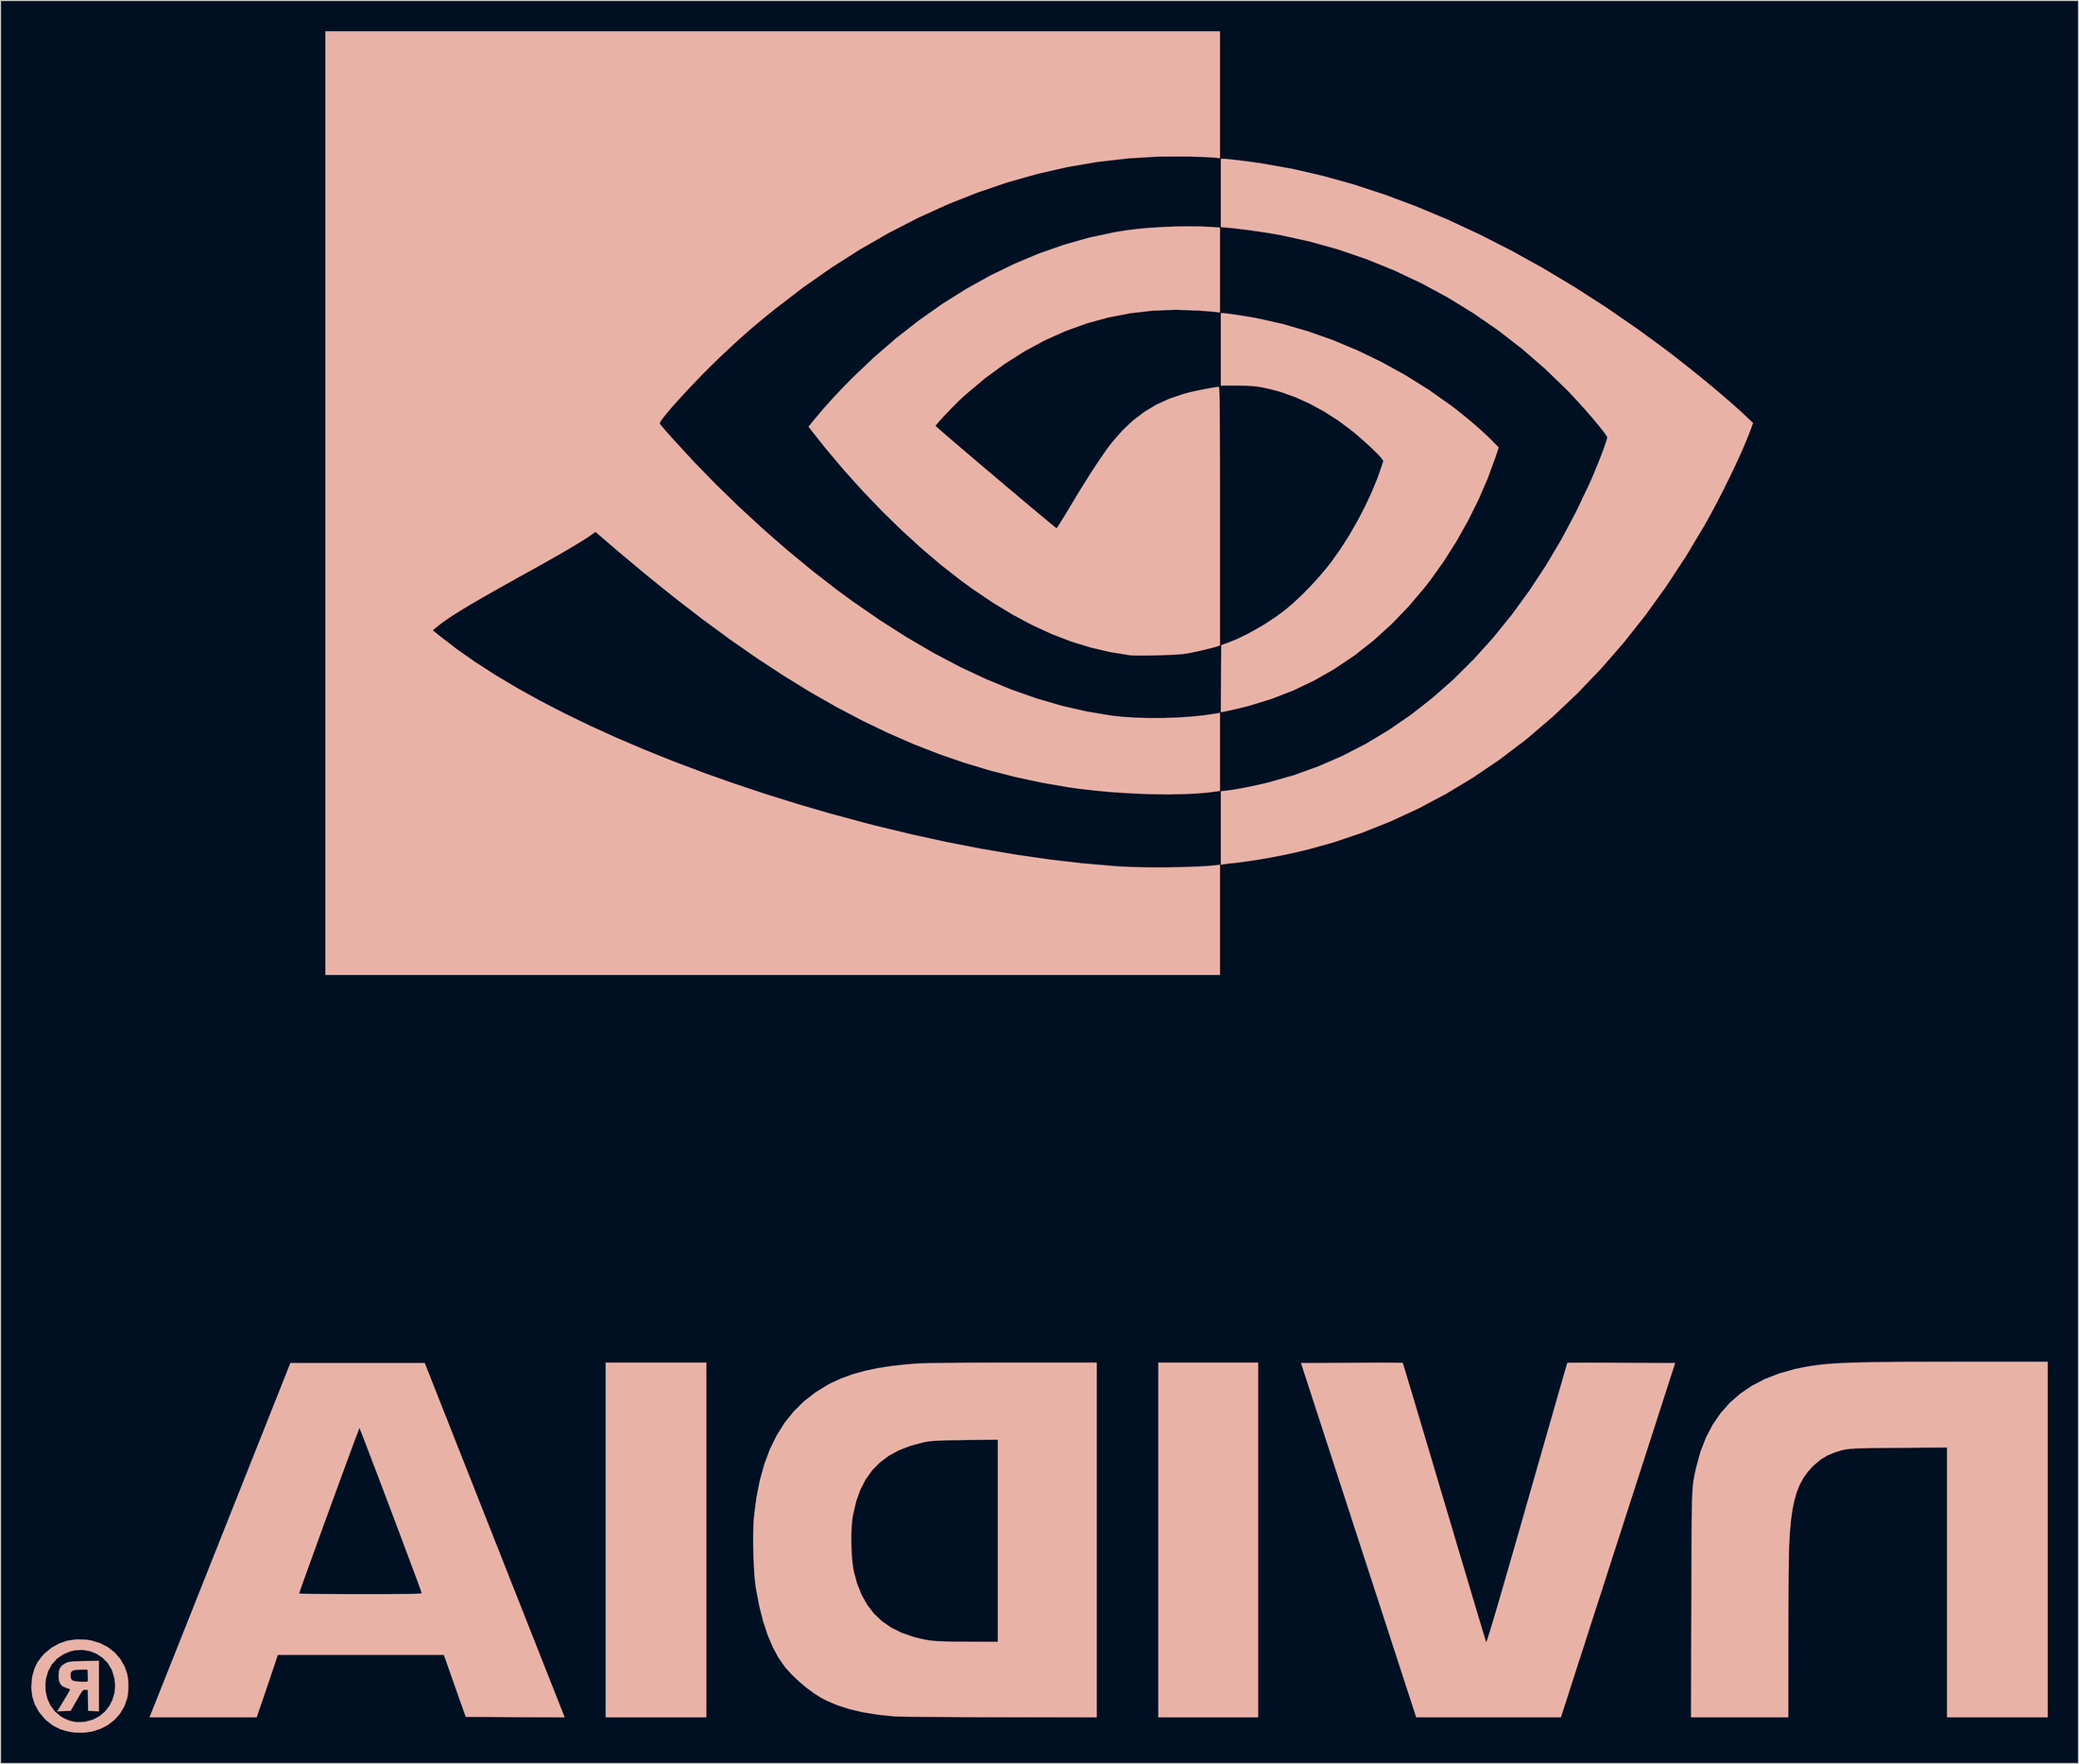
<source format=kicad_pcb>
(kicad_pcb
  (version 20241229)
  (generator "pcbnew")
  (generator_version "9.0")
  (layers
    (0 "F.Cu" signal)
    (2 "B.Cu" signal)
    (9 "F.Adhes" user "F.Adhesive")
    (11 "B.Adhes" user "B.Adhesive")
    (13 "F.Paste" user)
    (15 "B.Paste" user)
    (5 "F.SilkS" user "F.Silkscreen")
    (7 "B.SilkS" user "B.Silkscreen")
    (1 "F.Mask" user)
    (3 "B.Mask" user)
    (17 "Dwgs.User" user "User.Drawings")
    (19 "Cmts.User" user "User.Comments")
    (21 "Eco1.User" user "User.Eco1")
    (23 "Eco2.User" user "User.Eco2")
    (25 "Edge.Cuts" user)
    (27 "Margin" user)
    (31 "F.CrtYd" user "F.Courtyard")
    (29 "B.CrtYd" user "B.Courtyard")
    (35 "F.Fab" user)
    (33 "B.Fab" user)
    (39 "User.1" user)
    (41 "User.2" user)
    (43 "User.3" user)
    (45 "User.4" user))
  (footprint "nvidia_20x20_B"
    (layer "F.Cu")
    (at 98.382 85.942)
    (property "Reference" "nvidia_20x20_B" (at 0 0 0) (layer "B.SilkS") (effects (font (size 1.524 1.524) (thickness 0.3))))
    (attr through_hole)
    (fp_poly (pts (xy -32.512 78.655) (xy -42.333 78.655) (xy -42.333 44.027) (xy -32.512 44.027) (xy -32.512 78.655)) (stroke (width 0.01) (type solid)) (fill yes) (layer "B.SilkS"))
    (fp_poly (pts (xy 21.336 78.655) (xy 11.599 78.655) (xy 11.599 44.027) (xy 21.336 44.027) (xy 21.336 78.655)) (stroke (width 0.01) (type solid)) (fill yes) (layer "B.SilkS"))
    (fp_poly (pts (xy -91.779 78.071) (xy -92.308 78.046) (xy -92.837 78.02) (xy -92.863 75.988) (xy -93.105 75.963) (xy -93.206 75.962) (xy -93.296 75.996) (xy -93.393 76.087) (xy -93.516 76.258) (xy -93.683 76.53) (xy -93.912 76.926) (xy -93.942 76.979) (xy -94.536 78.02) (xy -95.844 78.07) (xy -95.197 77.006) (xy -94.971 76.63) (xy -94.785 76.31) (xy -94.651 76.071) (xy -94.586 75.939) (xy -94.582 75.92) (xy -94.675 75.883) (xy -94.873 75.814) (xy -94.988 75.775) (xy -95.332 75.614) (xy -95.556 75.385) (xy -95.677 75.06) (xy -95.714 74.618) (xy -94.556 74.618) (xy -94.512 74.872) (xy -94.407 75.02) (xy -94.319 75.075) (xy -94.159 75.118) (xy -93.899 75.153) (xy -93.591 75.177) (xy -93.285 75.188) (xy -93.033 75.182) (xy -92.886 75.158) (xy -92.872 75.149) (xy -92.858 75.053) (xy -92.856 74.836) (xy -92.865 74.556) (xy -92.894 73.999) (xy -93.545 73.999) (xy -93.992 74.017) (xy -94.294 74.08) (xy -94.474 74.202) (xy -94.552 74.397) (xy -94.556 74.618) (xy -95.714 74.618) (xy -95.715 74.608) (xy -95.715 74.591) (xy -95.683 74.148) (xy -95.569 73.823) (xy -95.352 73.573) (xy -95.034 73.369) (xy -94.891 73.304) (xy -94.73 73.256) (xy -94.521 73.221) (xy -94.234 73.197) (xy -93.841 73.181) (xy -93.311 73.168) (xy -93.239 73.166) (xy -91.779 73.138) (xy -91.779 78.071)) (stroke (width 0.01) (type solid)) (fill yes) (layer "B.SilkS"))
    (fp_poly (pts (xy -93.001 71.079) (xy -92.498 71.163) (xy -91.654 71.42) (xy -90.896 71.813) (xy -90.239 72.328) (xy -89.696 72.955) (xy -89.279 73.68) (xy -89.026 74.397) (xy -88.942 74.882) (xy -88.906 75.458) (xy -88.919 76.054) (xy -88.98 76.597) (xy -89.03 76.831) (xy -89.317 77.619) (xy -89.738 78.317) (xy -90.277 78.917) (xy -90.917 79.409) (xy -91.644 79.786) (xy -92.442 80.038) (xy -93.295 80.157) (xy -94.188 80.134) (xy -94.784 80.039) (xy -95.561 79.812) (xy -96.238 79.472) (xy -96.86 78.997) (xy -97.077 78.79) (xy -97.634 78.119) (xy -98.037 77.379) (xy -98.286 76.579) (xy -98.377 75.727) (xy -98.348 75.353) (xy -97.004 75.353) (xy -96.982 76.124) (xy -96.813 76.849) (xy -96.508 77.508) (xy -96.078 78.081) (xy -95.534 78.548) (xy -95.138 78.779) (xy -94.565 79.012) (xy -94.018 79.124) (xy -93.435 79.122) (xy -93.061 79.075) (xy -92.358 78.881) (xy -91.738 78.554) (xy -91.208 78.112) (xy -90.779 77.576) (xy -90.461 76.963) (xy -90.261 76.294) (xy -90.191 75.587) (xy -90.259 74.862) (xy -90.475 74.139) (xy -90.56 73.944) (xy -90.937 73.336) (xy -91.43 72.834) (xy -92.013 72.45) (xy -92.665 72.193) (xy -93.36 72.074) (xy -94.077 72.103) (xy -94.585 72.219) (xy -95.295 72.521) (xy -95.894 72.947) (xy -96.374 73.487) (xy -96.725 74.129) (xy -96.942 74.865) (xy -97.004 75.353) (xy -98.348 75.353) (xy -98.308 74.832) (xy -98.26 74.578) (xy -98.064 73.888) (xy -97.776 73.291) (xy -97.367 72.735) (xy -97.077 72.425) (xy -96.396 71.858) (xy -95.635 71.436) (xy -94.807 71.163) (xy -93.925 71.043) (xy -93.001 71.079)) (stroke (width 0.01) (type solid)) (fill yes) (layer "B.SilkS"))
    (fp_poly (pts (xy 17.928 -58.419) (xy 18.13 -58.405) (xy 18.466 -58.365) (xy 18.903 -58.305) (xy 19.411 -58.23) (xy 19.955 -58.144) (xy 20.505 -58.053) (xy 21.026 -57.961) (xy 21.294 -57.911) (xy 23.733 -57.363) (xy 26.18 -56.655) (xy 28.617 -55.793) (xy 31.03 -54.785) (xy 33.402 -53.638) (xy 35.718 -52.359) (xy 37.961 -50.955) (xy 40.117 -49.434) (xy 40.398 -49.222) (xy 41.161 -48.625) (xy 41.936 -47.989) (xy 42.687 -47.346) (xy 43.378 -46.726) (xy 43.972 -46.16) (xy 44.1 -46.032) (xy 44.809 -45.315) (xy 44.491 -44.353) (xy 43.742 -42.304) (xy 42.848 -40.236) (xy 41.827 -38.179) (xy 40.695 -36.166) (xy 39.469 -34.227) (xy 38.167 -32.393) (xy 37.57 -31.623) (xy 35.972 -29.742) (xy 34.296 -28.008) (xy 32.542 -26.424) (xy 30.711 -24.99) (xy 28.806 -23.706) (xy 26.827 -22.574) (xy 24.775 -21.593) (xy 22.651 -20.766) (xy 20.458 -20.092) (xy 19.556 -19.865) (xy 19.095 -19.757) (xy 18.666 -19.659) (xy 18.31 -19.581) (xy 18.064 -19.53) (xy 18.012 -19.52) (xy 17.693 -19.465) (xy 17.738 -26.01) (xy 18.415 -26.255) (xy 19.258 -26.598) (xy 20.178 -27.039) (xy 21.136 -27.557) (xy 22.091 -28.128) (xy 23.004 -28.728) (xy 23.835 -29.336) (xy 24.003 -29.468) (xy 24.797 -30.145) (xy 25.636 -30.934) (xy 26.484 -31.797) (xy 27.304 -32.697) (xy 28.061 -33.597) (xy 28.502 -34.163) (xy 29.37 -35.387) (xy 30.214 -36.711) (xy 31.015 -38.099) (xy 31.754 -39.516) (xy 32.415 -40.928) (xy 32.977 -42.299) (xy 33.364 -43.407) (xy 33.557 -44.014) (xy 33.332 -44.31) (xy 33.148 -44.522) (xy 32.858 -44.819) (xy 32.489 -45.177) (xy 32.066 -45.573) (xy 31.614 -45.982) (xy 31.159 -46.382) (xy 30.727 -46.749) (xy 30.48 -46.95) (xy 29.154 -47.936) (xy 27.779 -48.818) (xy 26.378 -49.582) (xy 24.976 -50.217) (xy 23.595 -50.71) (xy 23.012 -50.876) (xy 22.336 -51.046) (xy 21.758 -51.17) (xy 21.227 -51.257) (xy 20.692 -51.311) (xy 20.101 -51.34) (xy 19.403 -51.35) (xy 19.24 -51.35) (xy 17.695 -51.35) (xy 17.695 -54.885) (xy 17.695 -58.42) (xy 17.928 -58.419)) (stroke (width 0.01) (type solid)) (fill yes) (layer "B.SilkS"))
    (fp_poly (pts (xy 98.383 78.655) (xy 88.561 78.655) (xy 88.561 52.314) (xy 83.841 52.348) (xy 82.79 52.356) (xy 81.893 52.364) (xy 81.134 52.373) (xy 80.496 52.384) (xy 79.963 52.4) (xy 79.521 52.42) (xy 79.153 52.446) (xy 78.843 52.479) (xy 78.575 52.521) (xy 78.334 52.573) (xy 78.103 52.635) (xy 77.867 52.709) (xy 77.609 52.797) (xy 77.526 52.826) (xy 76.873 53.099) (xy 76.28 53.456) (xy 75.701 53.926) (xy 75.393 54.222) (xy 74.926 54.745) (xy 74.524 55.319) (xy 74.181 55.958) (xy 73.894 56.676) (xy 73.659 57.488) (xy 73.471 58.409) (xy 73.327 59.453) (xy 73.221 60.634) (xy 73.15 61.968) (xy 73.15 61.976) (xy 73.138 62.371) (xy 73.126 62.918) (xy 73.116 63.6) (xy 73.106 64.401) (xy 73.097 65.304) (xy 73.089 66.29) (xy 73.082 67.345) (xy 73.077 68.449) (xy 73.073 69.588) (xy 73.071 70.742) (xy 73.07 71.311) (xy 73.067 78.655) (xy 63.578 78.655) (xy 63.61 67.627) (xy 63.614 66.014) (xy 63.619 64.56) (xy 63.623 63.255) (xy 63.627 62.091) (xy 63.632 61.057) (xy 63.638 60.143) (xy 63.646 59.339) (xy 63.655 58.637) (xy 63.667 58.025) (xy 63.68 57.494) (xy 63.697 57.035) (xy 63.717 56.638) (xy 63.74 56.292) (xy 63.767 55.988) (xy 63.799 55.716) (xy 63.835 55.467) (xy 63.876 55.23) (xy 63.922 54.996) (xy 63.974 54.755) (xy 64.032 54.498) (xy 64.097 54.213) (xy 64.103 54.187) (xy 64.51 52.707) (xy 65.038 51.345) (xy 65.688 50.101) (xy 66.46 48.974) (xy 67.353 47.965) (xy 68.369 47.074) (xy 69.507 46.299) (xy 70.767 45.641) (xy 72.15 45.1) (xy 73.656 44.675) (xy 74.053 44.587) (xy 74.488 44.498) (xy 74.919 44.418) (xy 75.354 44.345) (xy 75.805 44.281) (xy 76.28 44.223) (xy 76.791 44.173) (xy 77.348 44.128) (xy 77.961 44.09) (xy 78.639 44.057) (xy 79.394 44.03) (xy 80.234 44.007) (xy 81.171 43.988) (xy 82.215 43.974) (xy 83.375 43.963) (xy 84.662 43.954) (xy 86.086 43.949) (xy 87.657 43.946) (xy 89.386 43.944) (xy 89.725 43.944) (xy 98.383 43.942) (xy 98.383 78.655)) (stroke (width 0.01) (type solid)) (fill yes) (layer "B.SilkS"))
    (fp_poly (pts (xy 54.063 44.039) (xy 54.862 44.041) (xy 55.728 44.043) (xy 56.648 44.047) (xy 56.781 44.047) (xy 62.027 44.069) (xy 56.883 60.029) (xy 56.363 61.641) (xy 55.853 63.223) (xy 55.356 64.765) (xy 54.875 66.258) (xy 54.412 67.694) (xy 53.97 69.065) (xy 53.552 70.362) (xy 53.161 71.576) (xy 52.799 72.699) (xy 52.469 73.723) (xy 52.174 74.638) (xy 51.916 75.436) (xy 51.7 76.109) (xy 51.526 76.649) (xy 51.398 77.046) (xy 51.318 77.292) (xy 51.309 77.322) (xy 50.879 78.655) (xy 36.763 78.655) (xy 36.056 76.477) (xy 35.956 76.168) (xy 35.806 75.708) (xy 35.61 75.106) (xy 35.372 74.371) (xy 35.093 73.513) (xy 34.777 72.541) (xy 34.427 71.465) (xy 34.046 70.294) (xy 33.638 69.038) (xy 33.205 67.705) (xy 32.75 66.306) (xy 32.277 64.85) (xy 31.788 63.347) (xy 31.287 61.805) (xy 30.776 60.235) (xy 30.435 59.184) (xy 25.521 44.069) (xy 30.469 44.047) (xy 31.368 44.044) (xy 32.216 44.041) (xy 32.996 44.04) (xy 33.696 44.04) (xy 34.299 44.041) (xy 34.79 44.044) (xy 35.156 44.047) (xy 35.38 44.051) (xy 35.448 44.056) (xy 35.475 44.139) (xy 35.548 44.376) (xy 35.663 44.758) (xy 35.82 45.278) (xy 36.014 45.926) (xy 36.244 46.694) (xy 36.507 47.574) (xy 36.801 48.557) (xy 37.122 49.635) (xy 37.469 50.8) (xy 37.839 52.042) (xy 38.229 53.354) (xy 38.637 54.727) (xy 39.061 56.153) (xy 39.497 57.622) (xy 39.498 57.624) (xy 39.935 59.096) (xy 40.36 60.526) (xy 40.77 61.904) (xy 41.162 63.222) (xy 41.534 64.472) (xy 41.883 65.644) (xy 42.208 66.732) (xy 42.504 67.725) (xy 42.77 68.615) (xy 43.003 69.395) (xy 43.201 70.055) (xy 43.361 70.586) (xy 43.48 70.98) (xy 43.557 71.23) (xy 43.587 71.325) (xy 43.613 71.291) (xy 43.671 71.141) (xy 43.761 70.87) (xy 43.886 70.476) (xy 44.046 69.955) (xy 44.242 69.304) (xy 44.475 68.519) (xy 44.746 67.597) (xy 45.055 66.534) (xy 45.405 65.327) (xy 45.796 63.973) (xy 46.229 62.469) (xy 46.705 60.81) (xy 47.225 58.993) (xy 47.571 57.781) (xy 47.994 56.3) (xy 48.405 54.863) (xy 48.801 53.479) (xy 49.179 52.156) (xy 49.538 50.903) (xy 49.875 49.727) (xy 50.187 48.639) (xy 50.472 47.645) (xy 50.728 46.754) (xy 50.952 45.975) (xy 51.142 45.316) (xy 51.295 44.786) (xy 51.409 44.393) (xy 51.481 44.145) (xy 51.51 44.05) (xy 51.511 44.05) (xy 51.597 44.046) (xy 51.839 44.043) (xy 52.221 44.041) (xy 52.728 44.039) (xy 53.347 44.039) (xy 54.063 44.039)) (stroke (width 0.01) (type solid)) (fill yes) (layer "B.SilkS"))
    (fp_poly (pts (xy -54.757 57.319) (xy -54.162 58.827) (xy -53.566 60.337) (xy -52.974 61.837) (xy -52.39 63.316) (xy -51.82 64.761) (xy -51.267 66.162) (xy -50.736 67.506) (xy -50.232 68.782) (xy -49.76 69.977) (xy -49.325 71.08) (xy -48.93 72.08) (xy -48.581 72.964) (xy -48.283 73.72) (xy -48.039 74.337) (xy -47.93 74.613) (xy -46.333 78.657) (xy -51.159 78.635) (xy -55.985 78.613) (xy -57.053 75.586) (xy -58.12 72.559) (xy -74.323 72.559) (xy -74.596 73.385) (xy -74.699 73.692) (xy -74.846 74.127) (xy -75.026 74.66) (xy -75.228 75.257) (xy -75.443 75.887) (xy -75.629 76.433) (xy -76.389 78.655) (xy -86.843 78.655) (xy -86.426 77.618) (xy -86.354 77.438) (xy -86.222 77.108) (xy -86.035 76.636) (xy -85.794 76.031) (xy -85.503 75.301) (xy -85.166 74.453) (xy -84.785 73.495) (xy -84.364 72.436) (xy -83.906 71.283) (xy -83.414 70.045) (xy -82.89 68.729) (xy -82.34 67.343) (xy -82.032 66.569) (xy -72.244 66.569) (xy -72.156 66.58) (xy -71.912 66.59) (xy -71.526 66.599) (xy -71.012 66.607) (xy -70.383 66.615) (xy -69.652 66.621) (xy -68.834 66.626) (xy -67.941 66.63) (xy -66.988 66.632) (xy -66.247 66.633) (xy -65.053 66.632) (xy -64.019 66.63) (xy -63.135 66.627) (xy -62.391 66.622) (xy -61.777 66.616) (xy -61.284 66.607) (xy -60.901 66.596) (xy -60.619 66.583) (xy -60.429 66.568) (xy -60.32 66.55) (xy -60.282 66.529) (xy -60.282 66.527) (xy -60.311 66.432) (xy -60.394 66.193) (xy -60.528 65.823) (xy -60.707 65.335) (xy -60.926 64.741) (xy -61.181 64.055) (xy -61.467 63.289) (xy -61.778 62.455) (xy -62.111 61.567) (xy -62.46 60.638) (xy -62.82 59.681) (xy -63.187 58.707) (xy -63.555 57.73) (xy -63.921 56.763) (xy -64.278 55.818) (xy -64.623 54.909) (xy -64.95 54.048) (xy -65.255 53.248) (xy -65.533 52.521) (xy -65.778 51.881) (xy -65.987 51.34) (xy -66.154 50.912) (xy -66.275 50.608) (xy -66.344 50.442) (xy -66.359 50.414) (xy -66.397 50.501) (xy -66.487 50.734) (xy -66.626 51.1) (xy -66.807 51.585) (xy -67.027 52.178) (xy -67.281 52.864) (xy -67.563 53.632) (xy -67.87 54.468) (xy -68.197 55.359) (xy -68.538 56.292) (xy -68.89 57.254) (xy -69.247 58.233) (xy -69.604 59.215) (xy -69.958 60.188) (xy -70.303 61.138) (xy -70.634 62.053) (xy -70.948 62.919) (xy -71.238 63.724) (xy -71.501 64.455) (xy -71.732 65.099) (xy -71.926 65.642) (xy -72.078 66.072) (xy -72.183 66.377) (xy -72.238 66.542) (xy -72.244 66.569) (xy -82.032 66.569) (xy -81.764 65.895) (xy -81.168 64.394) (xy -80.553 62.846) (xy -79.923 61.261) (xy -79.551 60.325) (xy -73.094 44.069) (xy -59.988 44.069) (xy -54.757 57.319)) (stroke (width 0.01) (type solid)) (fill yes) (layer "B.SilkS"))
    (fp_poly (pts (xy 5.588 78.655) (xy -3.831 78.643) (xy -5.1 78.641) (xy -6.334 78.638) (xy -7.522 78.633) (xy -8.652 78.628) (xy -9.71 78.622) (xy -10.686 78.615) (xy -11.567 78.608) (xy -12.341 78.6) (xy -12.996 78.592) (xy -13.519 78.583) (xy -13.899 78.574) (xy -14.123 78.565) (xy -14.139 78.564) (xy -15.74 78.402) (xy -17.195 78.169) (xy -18.514 77.863) (xy -19.708 77.48) (xy -20.786 77.02) (xy -21.293 76.754) (xy -22.007 76.306) (xy -22.757 75.749) (xy -23.499 75.121) (xy -24.188 74.46) (xy -24.779 73.806) (xy -24.854 73.713) (xy -25.473 72.825) (xy -26.034 71.783) (xy -26.533 70.592) (xy -26.97 69.258) (xy -27.342 67.788) (xy -27.647 66.186) (xy -27.69 65.913) (xy -27.763 65.319) (xy -27.825 64.593) (xy -27.874 63.773) (xy -27.91 62.897) (xy -27.93 62.002) (xy -27.933 61.4) (xy -18.362 61.4) (xy -18.344 62.204) (xy -18.302 62.981) (xy -18.234 63.688) (xy -18.144 64.278) (xy -18.13 64.347) (xy -17.801 65.584) (xy -17.363 66.693) (xy -16.813 67.676) (xy -16.148 68.536) (xy -15.365 69.277) (xy -14.462 69.9) (xy -13.436 70.409) (xy -12.284 70.806) (xy -11.927 70.901) (xy -11.541 70.994) (xy -11.185 71.069) (xy -10.836 71.13) (xy -10.471 71.177) (xy -10.068 71.213) (xy -9.604 71.239) (xy -9.054 71.257) (xy -8.398 71.269) (xy -7.611 71.276) (xy -6.964 71.279) (xy -4.064 71.289) (xy -4.064 51.545) (xy -7.26 51.586) (xy -8.107 51.598) (xy -8.806 51.61) (xy -9.376 51.624) (xy -9.839 51.64) (xy -10.216 51.66) (xy -10.527 51.685) (xy -10.792 51.715) (xy -11.033 51.753) (xy -11.271 51.799) (xy -11.298 51.805) (xy -12.562 52.137) (xy -13.694 52.574) (xy -14.697 53.118) (xy -15.575 53.774) (xy -16.33 54.545) (xy -16.965 55.432) (xy -17.483 56.441) (xy -17.886 57.572) (xy -18.178 58.831) (xy -18.253 59.287) (xy -18.317 59.896) (xy -18.353 60.616) (xy -18.362 61.4) (xy -27.933 61.4) (xy -27.935 61.125) (xy -27.923 60.304) (xy -27.894 59.577) (xy -27.86 59.117) (xy -27.628 57.259) (xy -27.29 55.532) (xy -26.846 53.935) (xy -26.294 52.465) (xy -25.633 51.12) (xy -24.862 49.898) (xy -23.979 48.796) (xy -22.984 47.813) (xy -21.875 46.947) (xy -20.651 46.194) (xy -20.345 46.033) (xy -19.341 45.571) (xy -18.26 45.176) (xy -17.086 44.843) (xy -15.804 44.571) (xy -14.4 44.354) (xy -12.858 44.19) (xy -11.811 44.113) (xy -11.525 44.1) (xy -11.084 44.088) (xy -10.501 44.077) (xy -9.793 44.066) (xy -8.971 44.057) (xy -8.052 44.048) (xy -7.048 44.041) (xy -5.974 44.035) (xy -4.845 44.031) (xy -3.675 44.028) (xy -2.477 44.027) (xy -2.434 44.027) (xy 5.588 44.027) (xy 5.588 78.655)) (stroke (width 0.01) (type solid)) (fill yes) (layer "B.SilkS"))
    (fp_poly (pts (xy 17.928 -73.491) (xy 18.159 -73.479) (xy 18.529 -73.445) (xy 19.007 -73.393) (xy 19.565 -73.327) (xy 20.174 -73.25) (xy 20.803 -73.166) (xy 21.425 -73.078) (xy 21.844 -73.015) (xy 24.754 -72.492) (xy 27.709 -71.81) (xy 30.702 -70.971) (xy 33.728 -69.979) (xy 36.781 -68.835) (xy 39.855 -67.544) (xy 42.945 -66.107) (xy 46.044 -64.526) (xy 49.147 -62.806) (xy 52.247 -60.948) (xy 55.34 -58.955) (xy 58.419 -56.83) (xy 60.894 -55.018) (xy 61.841 -54.296) (xy 62.825 -53.529) (xy 63.822 -52.735) (xy 64.811 -51.931) (xy 65.772 -51.137) (xy 66.681 -50.368) (xy 67.518 -49.644) (xy 68.262 -48.982) (xy 68.889 -48.401) (xy 68.906 -48.384) (xy 69.629 -47.695) (xy 69.432 -47.152) (xy 69.122 -46.344) (xy 68.736 -45.417) (xy 68.285 -44.397) (xy 67.783 -43.311) (xy 67.241 -42.184) (xy 66.673 -41.041) (xy 66.09 -39.909) (xy 65.505 -38.813) (xy 64.93 -37.778) (xy 64.872 -37.677) (xy 63.043 -34.622) (xy 61.116 -31.694) (xy 59.097 -28.897) (xy 56.987 -26.233) (xy 54.789 -23.707) (xy 52.506 -21.321) (xy 50.14 -19.079) (xy 47.696 -16.985) (xy 47.286 -16.654) (xy 44.831 -14.795) (xy 42.297 -13.079) (xy 39.693 -11.508) (xy 37.023 -10.088) (xy 34.296 -8.821) (xy 31.519 -7.711) (xy 28.697 -6.76) (xy 26.166 -6.055) (xy 24.952 -5.767) (xy 23.666 -5.493) (xy 22.357 -5.243) (xy 21.071 -5.025) (xy 19.858 -4.849) (xy 18.965 -4.742) (xy 18.575 -4.699) (xy 18.232 -4.658) (xy 17.981 -4.625) (xy 17.886 -4.609) (xy 17.695 -4.569) (xy 17.695 -11.747) (xy 18.224 -11.806) (xy 18.76 -11.878) (xy 19.417 -11.988) (xy 20.154 -12.126) (xy 20.93 -12.285) (xy 21.704 -12.456) (xy 22.364 -12.614) (xy 24.814 -13.314) (xy 27.212 -14.175) (xy 29.554 -15.195) (xy 31.84 -16.373) (xy 34.067 -17.708) (xy 36.234 -19.2) (xy 38.339 -20.848) (xy 40.381 -22.649) (xy 40.471 -22.734) (xy 42.411 -24.665) (xy 44.282 -26.744) (xy 46.076 -28.96) (xy 47.787 -31.304) (xy 49.408 -33.765) (xy 50.931 -36.333) (xy 52.35 -38.998) (xy 53.658 -41.75) (xy 53.786 -42.037) (xy 54.048 -42.643) (xy 54.309 -43.265) (xy 54.558 -43.882) (xy 54.79 -44.474) (xy 54.996 -45.02) (xy 55.168 -45.499) (xy 55.299 -45.89) (xy 55.38 -46.172) (xy 55.405 -46.325) (xy 55.401 -46.341) (xy 55.218 -46.618) (xy 54.935 -46.996) (xy 54.567 -47.457) (xy 54.132 -47.981) (xy 53.646 -48.548) (xy 53.127 -49.14) (xy 52.59 -49.735) (xy 52.052 -50.316) (xy 51.532 -50.862) (xy 51.438 -50.958) (xy 49.308 -53.018) (xy 47.075 -54.953) (xy 44.744 -56.758) (xy 42.325 -58.429) (xy 39.824 -59.963) (xy 37.25 -61.354) (xy 34.61 -62.599) (xy 31.912 -63.694) (xy 29.164 -64.635) (xy 26.374 -65.416) (xy 23.548 -66.035) (xy 23.505 -66.043) (xy 22.834 -66.162) (xy 22.072 -66.285) (xy 21.261 -66.408) (xy 20.444 -66.523) (xy 19.665 -66.624) (xy 18.966 -66.706) (xy 18.394 -66.762) (xy 17.695 -66.82) (xy 17.695 -73.491) (xy 17.928 -73.491)) (stroke (width 0.01) (type solid)) (fill yes) (layer "B.SilkS"))
    (fp_poly (pts (xy 15.688 -66.886) (xy 16.761 -66.837) (xy 16.836 -66.832) (xy 17.611 -66.777) (xy 17.611 -58.485) (xy 17.166 -58.538) (xy 16.914 -58.564) (xy 16.539 -58.597) (xy 16.091 -58.633) (xy 15.615 -58.669) (xy 15.536 -58.674) (xy 13.271 -58.752) (xy 11.046 -58.666) (xy 8.861 -58.415) (xy 6.715 -58) (xy 4.61 -57.42) (xy 2.544 -56.676) (xy 0.517 -55.767) (xy -1.47 -54.694) (xy -3.418 -53.455) (xy -5.327 -52.053) (xy -7.197 -50.485) (xy -7.387 -50.315) (xy -7.689 -50.032) (xy -8.04 -49.692) (xy -8.417 -49.313) (xy -8.802 -48.919) (xy -9.174 -48.529) (xy -9.513 -48.166) (xy -9.798 -47.85) (xy -10.01 -47.603) (xy -10.127 -47.447) (xy -10.142 -47.418) (xy -10.082 -47.356) (xy -9.904 -47.195) (xy -9.618 -46.944) (xy -9.235 -46.612) (xy -8.767 -46.208) (xy -8.225 -45.743) (xy -7.619 -45.225) (xy -6.961 -44.664) (xy -6.261 -44.069) (xy -5.532 -43.449) (xy -4.783 -42.815) (xy -4.026 -42.174) (xy -3.273 -41.538) (xy -2.533 -40.914) (xy -1.819 -40.312) (xy -1.141 -39.743) (xy -0.51 -39.214) (xy 0.062 -38.736) (xy 0.565 -38.317) (xy 0.987 -37.968) (xy 1.318 -37.697) (xy 1.546 -37.514) (xy 1.66 -37.428) (xy 1.671 -37.423) (xy 1.728 -37.493) (xy 1.861 -37.692) (xy 2.058 -38.002) (xy 2.309 -38.407) (xy 2.603 -38.888) (xy 2.929 -39.43) (xy 3.133 -39.77) (xy 3.793 -40.865) (xy 4.437 -41.907) (xy 5.054 -42.88) (xy 5.634 -43.768) (xy 6.167 -44.556) (xy 6.643 -45.227) (xy 7.05 -45.765) (xy 7.082 -45.805) (xy 8.083 -46.954) (xy 9.131 -47.946) (xy 10.241 -48.791) (xy 11.426 -49.499) (xy 12.701 -50.079) (xy 14.082 -50.542) (xy 14.405 -50.629) (xy 14.791 -50.724) (xy 15.249 -50.826) (xy 15.744 -50.93) (xy 16.241 -51.027) (xy 16.703 -51.112) (xy 17.094 -51.177) (xy 17.38 -51.216) (xy 17.492 -51.223) (xy 17.508 -51.204) (xy 17.523 -51.143) (xy 17.536 -51.031) (xy 17.548 -50.86) (xy 17.559 -50.625) (xy 17.568 -50.316) (xy 17.577 -49.927) (xy 17.584 -49.45) (xy 17.59 -48.877) (xy 17.595 -48.201) (xy 17.599 -47.414) (xy 17.603 -46.509) (xy 17.606 -45.478) (xy 17.608 -44.313) (xy 17.609 -43.008) (xy 17.61 -41.554) (xy 17.611 -39.944) (xy 17.611 -38.606) (xy 17.611 -25.988) (xy 17.412 -25.913) (xy 17.172 -25.836) (xy 16.804 -25.736) (xy 16.348 -25.622) (xy 15.842 -25.502) (xy 15.324 -25.386) (xy 14.834 -25.283) (xy 14.41 -25.202) (xy 14.266 -25.178) (xy 13.959 -25.141) (xy 13.518 -25.107) (xy 12.976 -25.076) (xy 12.363 -25.049) (xy 11.712 -25.027) (xy 11.053 -25.01) (xy 10.418 -25) (xy 9.838 -24.998) (xy 9.344 -25.003) (xy 8.968 -25.018) (xy 8.805 -25.032) (xy 6.891 -25.339) (xy 4.991 -25.783) (xy 3.099 -26.366) (xy 1.206 -27.093) (xy -0.696 -27.966) (xy -2.614 -28.99) (xy -4.557 -30.168) (xy -6.533 -31.503) (xy -7.747 -32.389) (xy -9.64 -33.873) (xy -11.556 -35.502) (xy -13.476 -37.258) (xy -15.382 -39.122) (xy -17.255 -41.075) (xy -19.076 -43.098) (xy -20.825 -45.174) (xy -21.788 -46.379) (xy -22.536 -47.334) (xy -22.043 -47.945) (xy -21.144 -49.018) (xy -20.124 -50.157) (xy -19.007 -51.338) (xy -18.286 -52.069) (xy -16.17 -54.085) (xy -13.994 -55.967) (xy -11.764 -57.711) (xy -9.486 -59.315) (xy -7.166 -60.774) (xy -4.81 -62.086) (xy -2.425 -63.247) (xy -0.017 -64.253) (xy 2.408 -65.102) (xy 4.843 -65.79) (xy 7.283 -66.314) (xy 8.444 -66.504) (xy 9.516 -66.639) (xy 10.704 -66.748) (xy 11.961 -66.829) (xy 13.242 -66.88) (xy 14.5 -66.9) (xy 15.688 -66.886)) (stroke (width 0.01) (type solid)) (fill yes) (layer "B.SilkS"))
    (fp_poly (pts (xy 17.611 -73.552) (xy 17.124 -73.605) (xy 16.901 -73.622) (xy 16.539 -73.642) (xy 16.07 -73.663) (xy 15.522 -73.683) (xy 14.929 -73.702) (xy 14.563 -73.713) (xy 11.607 -73.706) (xy 8.647 -73.531) (xy 5.688 -73.19) (xy 2.733 -72.684) (xy -0.214 -72.014) (xy -3.151 -71.181) (xy -6.072 -70.187) (xy -8.975 -69.034) (xy -11.856 -67.722) (xy -14.711 -66.253) (xy -17.536 -64.629) (xy -20.328 -62.85) (xy -23.084 -60.918) (xy -25.799 -58.835) (xy -25.856 -58.789) (xy -26.619 -58.173) (xy -27.295 -57.617) (xy -27.917 -57.094) (xy -28.517 -56.576) (xy -29.125 -56.035) (xy -29.774 -55.444) (xy -30.495 -54.775) (xy -30.903 -54.393) (xy -31.485 -53.838) (xy -32.09 -53.245) (xy -32.706 -52.627) (xy -33.324 -51.994) (xy -33.93 -51.36) (xy -34.515 -50.737) (xy -35.066 -50.138) (xy -35.573 -49.574) (xy -36.025 -49.059) (xy -36.409 -48.604) (xy -36.715 -48.221) (xy -36.931 -47.924) (xy -37.046 -47.725) (xy -37.06 -47.647) (xy -36.993 -47.554) (xy -36.83 -47.355) (xy -36.59 -47.072) (xy -36.29 -46.727) (xy -35.948 -46.339) (xy -35.888 -46.27) (xy -33.79 -43.984) (xy -31.583 -41.715) (xy -29.291 -39.485) (xy -26.937 -37.317) (xy -24.547 -35.231) (xy -22.143 -33.251) (xy -19.75 -31.396) (xy -18.246 -30.294) (xy -15.579 -28.452) (xy -12.95 -26.774) (xy -10.355 -25.259) (xy -7.793 -23.906) (xy -5.261 -22.713) (xy -2.758 -21.681) (xy -0.281 -20.808) (xy 2.173 -20.092) (xy 4.605 -19.534) (xy 7.017 -19.132) (xy 7.027 -19.13) (xy 8.174 -19.007) (xy 9.434 -18.929) (xy 10.769 -18.893) (xy 12.14 -18.899) (xy 13.507 -18.947) (xy 14.831 -19.036) (xy 16.074 -19.164) (xy 17.196 -19.331) (xy 17.335 -19.356) (xy 17.611 -19.408) (xy 17.611 -11.784) (xy 17.293 -11.734) (xy 16.313 -11.61) (xy 15.191 -11.521) (xy 13.949 -11.467) (xy 12.61 -11.446) (xy 11.199 -11.459) (xy 9.737 -11.504) (xy 8.249 -11.581) (xy 6.756 -11.688) (xy 5.282 -11.827) (xy 3.85 -11.995) (xy 2.709 -12.157) (xy 0.166 -12.599) (xy -2.353 -13.141) (xy -4.853 -13.785) (xy -7.341 -14.534) (xy -9.822 -15.392) (xy -12.303 -16.361) (xy -14.79 -17.446) (xy -17.289 -18.649) (xy -19.805 -19.974) (xy -22.346 -21.424) (xy -24.917 -23.003) (xy -27.524 -24.712) (xy -30.174 -26.556) (xy -32.873 -28.539) (xy -35.626 -30.662) (xy -38.439 -32.93) (xy -41.32 -35.346) (xy -42.171 -36.077) (xy -43.322 -37.069) (xy -43.865 -36.689) (xy -44.313 -36.389) (xy -44.909 -36.016) (xy -45.65 -35.57) (xy -46.531 -35.054) (xy -47.551 -34.47) (xy -48.704 -33.82) (xy -49.911 -33.149) (xy -51.259 -32.401) (xy -52.467 -31.725) (xy -53.543 -31.117) (xy -54.498 -30.571) (xy -55.341 -30.08) (xy -56.081 -29.638) (xy -56.728 -29.242) (xy -57.291 -28.883) (xy -57.78 -28.558) (xy -58.205 -28.259) (xy -58.574 -27.982) (xy -58.897 -27.721) (xy -58.918 -27.703) (xy -59.204 -27.461) (xy -58.579 -26.952) (xy -56.92 -25.669) (xy -55.099 -24.388) (xy -53.124 -23.113) (xy -51.005 -21.848) (xy -48.748 -20.596) (xy -46.362 -19.361) (xy -43.854 -18.145) (xy -41.233 -16.954) (xy -38.507 -15.789) (xy -35.684 -14.655) (xy -32.771 -13.555) (xy -29.777 -12.492) (xy -26.709 -11.471) (xy -23.577 -10.493) (xy -20.387 -9.564) (xy -17.148 -8.687) (xy -15.96 -8.381) (xy -12.461 -7.535) (xy -8.999 -6.78) (xy -5.589 -6.117) (xy -2.246 -5.551) (xy 1.014 -5.082) (xy 4.177 -4.714) (xy 7.226 -4.45) (xy 7.915 -4.404) (xy 8.66 -4.366) (xy 9.504 -4.339) (xy 10.42 -4.322) (xy 11.383 -4.316) (xy 12.366 -4.32) (xy 13.342 -4.333) (xy 14.285 -4.355) (xy 15.167 -4.386) (xy 15.964 -4.425) (xy 16.648 -4.472) (xy 17.192 -4.527) (xy 17.251 -4.534) (xy 17.611 -4.582) (xy 17.611 0.799) (xy 17.611 6.181) (xy -69.681 6.181) (xy -69.681 -85.937) (xy 17.611 -85.937) (xy 17.611 -73.552)) (stroke (width 0.01) (type solid)) (fill yes) (layer "B.SilkS")))
  (gr_rect
    (start -3 -3)
    (end 199.77 169.104)
    (stroke (width 0.1) (type default))
    (fill no)
    (layer "Edge.Cuts")))
</source>
